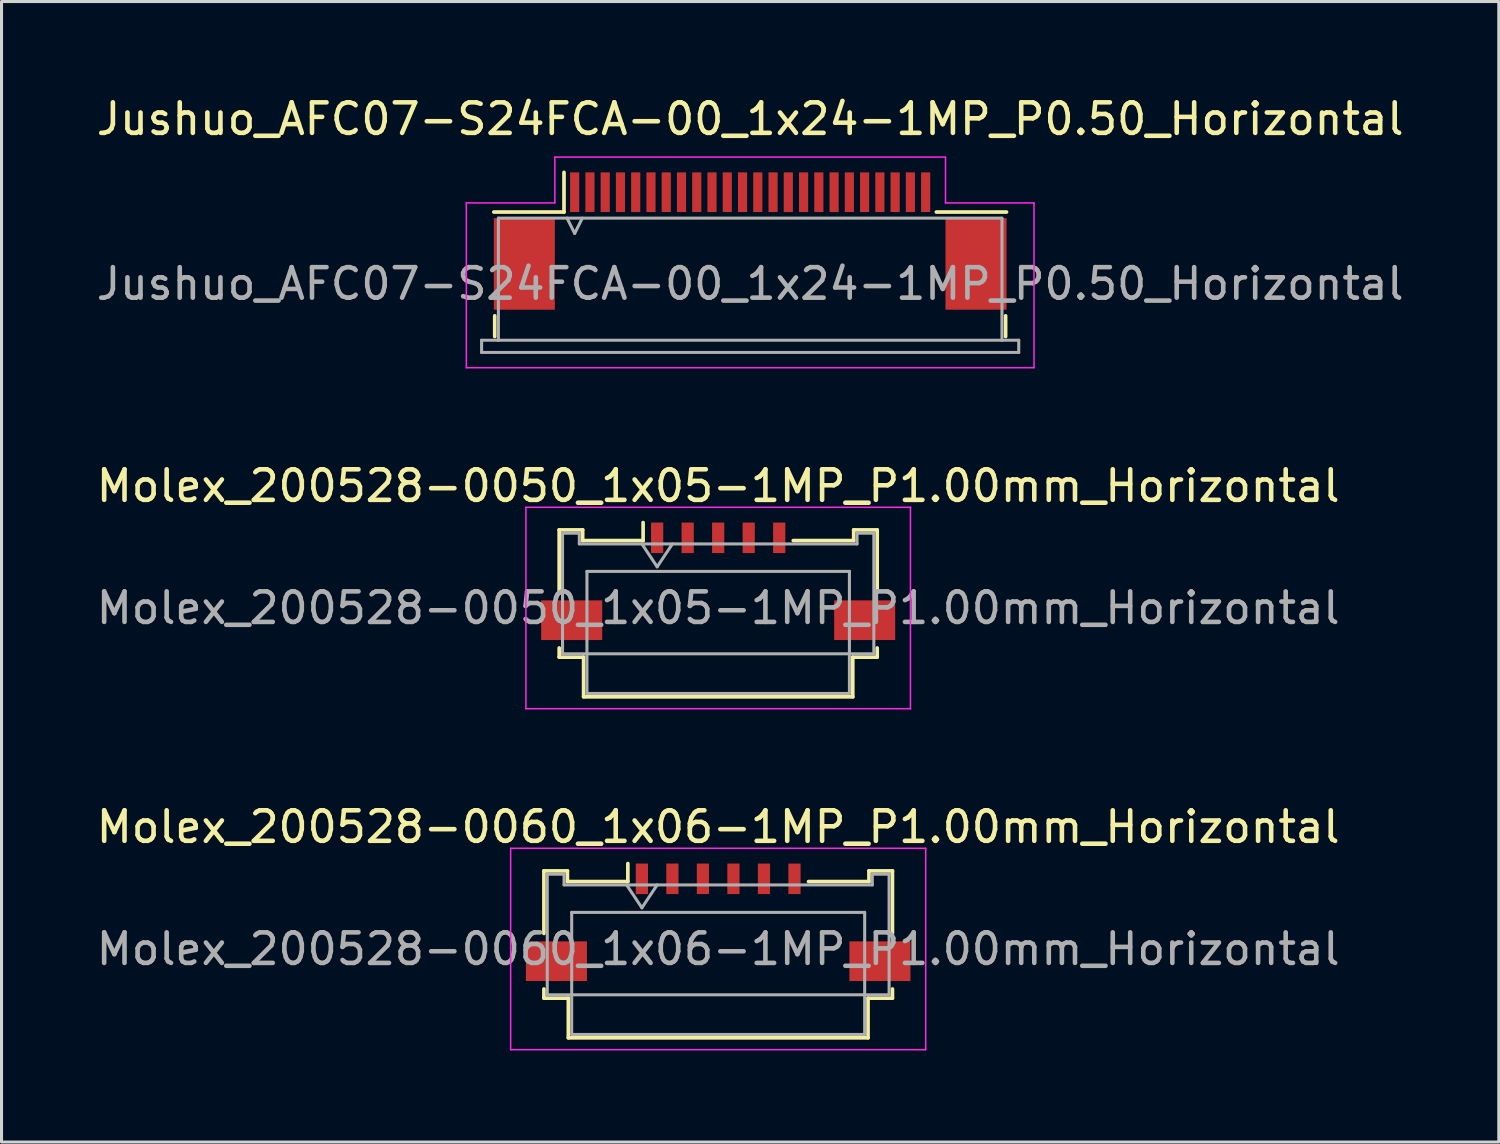
<source format=kicad_pcb>
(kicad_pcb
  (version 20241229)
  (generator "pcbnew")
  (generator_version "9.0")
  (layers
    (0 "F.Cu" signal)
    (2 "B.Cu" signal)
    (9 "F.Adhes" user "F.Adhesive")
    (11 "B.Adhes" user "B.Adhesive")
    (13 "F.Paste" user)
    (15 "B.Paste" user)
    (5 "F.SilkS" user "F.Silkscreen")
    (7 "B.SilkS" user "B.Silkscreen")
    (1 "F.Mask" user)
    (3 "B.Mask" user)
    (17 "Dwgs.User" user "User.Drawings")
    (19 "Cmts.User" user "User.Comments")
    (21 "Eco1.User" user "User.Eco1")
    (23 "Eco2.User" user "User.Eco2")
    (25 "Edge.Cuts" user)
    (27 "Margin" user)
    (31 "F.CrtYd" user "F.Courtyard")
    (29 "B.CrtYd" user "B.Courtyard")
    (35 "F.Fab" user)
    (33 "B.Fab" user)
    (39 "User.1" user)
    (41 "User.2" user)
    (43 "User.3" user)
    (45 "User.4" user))
  (footprint "Molex_200528-0060_1x06-1MP_P1.00mm_Horizontal"
    (layer "F.Cu")
    (at 20.482 26.655)
    (property "Reference" "Molex_200528-0060_1x06-1MP_P1.00mm_Horizontal" (at 0 -2.61 0) (layer "F.SilkS") (effects (font (size 1 1) (thickness 0.15))))
    (attr smd)
    (fp_line (start -5.71 -1.17) (end -5.71 0.88) (stroke (width 0.12) (type solid)) (layer "F.SilkS"))
    (fp_line (start -5.71 2.7) (end -5.71 3) (stroke (width 0.12) (type solid)) (layer "F.SilkS"))
    (fp_line (start -5.71 3) (end -4.91 3) (stroke (width 0.12) (type solid)) (layer "F.SilkS"))
    (fp_line (start -4.94 -1.17) (end -5.71 -1.17) (stroke (width 0.12) (type solid)) (layer "F.SilkS"))
    (fp_line (start -4.94 -0.82) (end -4.94 -1.17) (stroke (width 0.12) (type solid)) (layer "F.SilkS"))
    (fp_line (start -4.91 3) (end -4.91 4.3) (stroke (width 0.12) (type solid)) (layer "F.SilkS"))
    (fp_line (start -4.91 4.3) (end 4.91 4.3) (stroke (width 0.12) (type solid)) (layer "F.SilkS"))
    (fp_line (start -2.96 -1.41) (end -2.96 -0.82) (stroke (width 0.12) (type solid)) (layer "F.SilkS"))
    (fp_line (start -2.96 -0.82) (end -4.94 -0.82) (stroke (width 0.12) (type solid)) (layer "F.SilkS"))
    (fp_line (start 4.91 3) (end 5.71 3) (stroke (width 0.12) (type solid)) (layer "F.SilkS"))
    (fp_line (start 4.91 4.3) (end 4.91 3) (stroke (width 0.12) (type solid)) (layer "F.SilkS"))
    (fp_line (start 4.94 -1.17) (end 4.94 -0.82) (stroke (width 0.12) (type solid)) (layer "F.SilkS"))
    (fp_line (start 4.94 -0.82) (end 2.96 -0.82) (stroke (width 0.12) (type solid)) (layer "F.SilkS"))
    (fp_line (start 5.71 -1.17) (end 4.94 -1.17) (stroke (width 0.12) (type solid)) (layer "F.SilkS"))
    (fp_line (start 5.71 0.88) (end 5.71 -1.17) (stroke (width 0.12) (type solid)) (layer "F.SilkS"))
    (fp_line (start 5.71 3) (end 5.71 2.7) (stroke (width 0.12) (type solid)) (layer "F.SilkS"))
    (fp_line (start -6.8 -1.91) (end -6.8 4.69) (stroke (width 0.05) (type solid)) (layer "F.CrtYd"))
    (fp_line (start -6.8 4.69) (end 6.8 4.69) (stroke (width 0.05) (type solid)) (layer "F.CrtYd"))
    (fp_line (start 6.8 -1.91) (end -6.8 -1.91) (stroke (width 0.05) (type solid)) (layer "F.CrtYd"))
    (fp_line (start 6.8 4.69) (end 6.8 -1.91) (stroke (width 0.05) (type solid)) (layer "F.CrtYd"))
    (fp_line (start -5.6 -1.06) (end -5.6 2.89) (stroke (width 0.1) (type solid)) (layer "F.Fab"))
    (fp_line (start -5.6 2.89) (end 5.6 2.89) (stroke (width 0.1) (type solid)) (layer "F.Fab"))
    (fp_line (start -5.05 -1.06) (end -5.6 -1.06) (stroke (width 0.1) (type solid)) (layer "F.Fab"))
    (fp_line (start -5.05 -0.71) (end -5.05 -1.06) (stroke (width 0.1) (type solid)) (layer "F.Fab"))
    (fp_line (start -4.8 0.19) (end -4.8 4.19) (stroke (width 0.1) (type solid)) (layer "F.Fab"))
    (fp_line (start -4.8 4.19) (end 4.8 4.19) (stroke (width 0.1) (type solid)) (layer "F.Fab"))
    (fp_line (start -3 -0.71) (end -2.5 0.04) (stroke (width 0.1) (type solid)) (layer "F.Fab"))
    (fp_line (start -2.5 0.04) (end -2 -0.71) (stroke (width 0.1) (type solid)) (layer "F.Fab"))
    (fp_line (start 4.8 0.19) (end -4.8 0.19) (stroke (width 0.1) (type solid)) (layer "F.Fab"))
    (fp_line (start 4.8 4.19) (end 4.8 0.19) (stroke (width 0.1) (type solid)) (layer "F.Fab"))
    (fp_line (start 5.05 -1.06) (end 5.05 -0.71) (stroke (width 0.1) (type solid)) (layer "F.Fab"))
    (fp_line (start 5.05 -0.71) (end -5.05 -0.71) (stroke (width 0.1) (type solid)) (layer "F.Fab"))
    (fp_line (start 5.6 -1.06) (end 5.05 -1.06) (stroke (width 0.1) (type solid)) (layer "F.Fab"))
    (fp_line (start 5.6 2.89) (end 5.6 -1.06) (stroke (width 0.1) (type solid)) (layer "F.Fab"))
    (fp_text user "${REFERENCE}" (at 0 1.39 0) (layer "F.Fab") (effects (font (size 1 1) (thickness 0.15))))
    (pad "1" smd rect (at -2.5 -0.91) (size 0.4 1) (layers "F.Cu" "F.Mask" "F.Paste"))
    (pad "2" smd rect (at -1.5 -0.91) (size 0.4 1) (layers "F.Cu" "F.Mask" "F.Paste"))
    (pad "3" smd rect (at -0.5 -0.91) (size 0.4 1) (layers "F.Cu" "F.Mask" "F.Paste"))
    (pad "4" smd rect (at 0.5 -0.91) (size 0.4 1) (layers "F.Cu" "F.Mask" "F.Paste"))
    (pad "5" smd rect (at 1.5 -0.91) (size 0.4 1) (layers "F.Cu" "F.Mask" "F.Paste"))
    (pad "6" smd rect (at 2.5 -0.91) (size 0.4 1) (layers "F.Cu" "F.Mask" "F.Paste"))
    (pad "MP" smd rect (at -5.3 1.79) (size 2 1.3) (layers "F.Cu" "F.Mask" "F.Paste"))
    (pad "MP" smd rect (at 5.3 1.79) (size 2 1.3) (layers "F.Cu" "F.Mask" "F.Paste")))
  (footprint "Molex_200528-0050_1x05-1MP_P1.00mm_Horizontal"
    (layer "F.Cu")
    (at 20.482 15.482)
    (property "Reference" "Molex_200528-0050_1x05-1MP_P1.00mm_Horizontal" (at 0 -2.61 0) (layer "F.SilkS") (effects (font (size 1 1) (thickness 0.15))))
    (attr smd)
    (fp_line (start -5.21 -1.17) (end -5.21 0.88) (stroke (width 0.12) (type solid)) (layer "F.SilkS"))
    (fp_line (start -5.21 2.7) (end -5.21 3) (stroke (width 0.12) (type solid)) (layer "F.SilkS"))
    (fp_line (start -5.21 3) (end -4.41 3) (stroke (width 0.12) (type solid)) (layer "F.SilkS"))
    (fp_line (start -4.44 -1.17) (end -5.21 -1.17) (stroke (width 0.12) (type solid)) (layer "F.SilkS"))
    (fp_line (start -4.44 -0.82) (end -4.44 -1.17) (stroke (width 0.12) (type solid)) (layer "F.SilkS"))
    (fp_line (start -4.41 3) (end -4.41 4.3) (stroke (width 0.12) (type solid)) (layer "F.SilkS"))
    (fp_line (start -4.41 4.3) (end 4.41 4.3) (stroke (width 0.12) (type solid)) (layer "F.SilkS"))
    (fp_line (start -2.46 -1.41) (end -2.46 -0.82) (stroke (width 0.12) (type solid)) (layer "F.SilkS"))
    (fp_line (start -2.46 -0.82) (end -4.44 -0.82) (stroke (width 0.12) (type solid)) (layer "F.SilkS"))
    (fp_line (start 4.41 3) (end 5.21 3) (stroke (width 0.12) (type solid)) (layer "F.SilkS"))
    (fp_line (start 4.41 4.3) (end 4.41 3) (stroke (width 0.12) (type solid)) (layer "F.SilkS"))
    (fp_line (start 4.44 -1.17) (end 4.44 -0.82) (stroke (width 0.12) (type solid)) (layer "F.SilkS"))
    (fp_line (start 4.44 -0.82) (end 2.46 -0.82) (stroke (width 0.12) (type solid)) (layer "F.SilkS"))
    (fp_line (start 5.21 -1.17) (end 4.44 -1.17) (stroke (width 0.12) (type solid)) (layer "F.SilkS"))
    (fp_line (start 5.21 0.88) (end 5.21 -1.17) (stroke (width 0.12) (type solid)) (layer "F.SilkS"))
    (fp_line (start 5.21 3) (end 5.21 2.7) (stroke (width 0.12) (type solid)) (layer "F.SilkS"))
    (fp_line (start -6.3 -1.91) (end -6.3 4.69) (stroke (width 0.05) (type solid)) (layer "F.CrtYd"))
    (fp_line (start -6.3 4.69) (end 6.3 4.69) (stroke (width 0.05) (type solid)) (layer "F.CrtYd"))
    (fp_line (start 6.3 -1.91) (end -6.3 -1.91) (stroke (width 0.05) (type solid)) (layer "F.CrtYd"))
    (fp_line (start 6.3 4.69) (end 6.3 -1.91) (stroke (width 0.05) (type solid)) (layer "F.CrtYd"))
    (fp_line (start -5.1 -1.06) (end -5.1 2.89) (stroke (width 0.1) (type solid)) (layer "F.Fab"))
    (fp_line (start -5.1 2.89) (end 5.1 2.89) (stroke (width 0.1) (type solid)) (layer "F.Fab"))
    (fp_line (start -4.55 -1.06) (end -5.1 -1.06) (stroke (width 0.1) (type solid)) (layer "F.Fab"))
    (fp_line (start -4.55 -0.71) (end -4.55 -1.06) (stroke (width 0.1) (type solid)) (layer "F.Fab"))
    (fp_line (start -4.3 0.19) (end -4.3 4.19) (stroke (width 0.1) (type solid)) (layer "F.Fab"))
    (fp_line (start -4.3 4.19) (end 4.3 4.19) (stroke (width 0.1) (type solid)) (layer "F.Fab"))
    (fp_line (start -2.5 -0.71) (end -2 0.04) (stroke (width 0.1) (type solid)) (layer "F.Fab"))
    (fp_line (start -2 0.04) (end -1.5 -0.71) (stroke (width 0.1) (type solid)) (layer "F.Fab"))
    (fp_line (start 4.3 0.19) (end -4.3 0.19) (stroke (width 0.1) (type solid)) (layer "F.Fab"))
    (fp_line (start 4.3 4.19) (end 4.3 0.19) (stroke (width 0.1) (type solid)) (layer "F.Fab"))
    (fp_line (start 4.55 -1.06) (end 4.55 -0.71) (stroke (width 0.1) (type solid)) (layer "F.Fab"))
    (fp_line (start 4.55 -0.71) (end -4.55 -0.71) (stroke (width 0.1) (type solid)) (layer "F.Fab"))
    (fp_line (start 5.1 -1.06) (end 4.55 -1.06) (stroke (width 0.1) (type solid)) (layer "F.Fab"))
    (fp_line (start 5.1 2.89) (end 5.1 -1.06) (stroke (width 0.1) (type solid)) (layer "F.Fab"))
    (fp_text user "${REFERENCE}" (at 0 1.39 0) (layer "F.Fab") (effects (font (size 1 1) (thickness 0.15))))
    (pad "1" smd rect (at -2 -0.91) (size 0.4 1) (layers "F.Cu" "F.Mask" "F.Paste"))
    (pad "2" smd rect (at -1 -0.91) (size 0.4 1) (layers "F.Cu" "F.Mask" "F.Paste"))
    (pad "3" smd rect (at 0 -0.91) (size 0.4 1) (layers "F.Cu" "F.Mask" "F.Paste"))
    (pad "4" smd rect (at 1 -0.91) (size 0.4 1) (layers "F.Cu" "F.Mask" "F.Paste"))
    (pad "5" smd rect (at 2 -0.91) (size 0.4 1) (layers "F.Cu" "F.Mask" "F.Paste"))
    (pad "MP" smd rect (at -4.8 1.79) (size 2 1.3) (layers "F.Cu" "F.Mask" "F.Paste"))
    (pad "MP" smd rect (at 4.8 1.79) (size 2 1.3) (layers "F.Cu" "F.Mask" "F.Paste")))
  (footprint "Jushuo_AFC07-S24FCA-00_1x24-1MP_P0.50_Horizontal"
    (layer "F.Cu")
    (at 21.53 4.848)
    (property "Reference" "Jushuo_AFC07-S24FCA-00_1x24-1MP_P0.50_Horizontal" (at 0 -4 0) (layer "F.SilkS") (effects (font (size 1 1) (thickness 0.15))))
    (attr smd)
    (fp_line (start -8.37 2.45) (end -8.37 3.13) (stroke (width 0.12) (type solid)) (layer "F.SilkS"))
    (fp_line (start -6.1 -0.95) (end -8.4 -0.95) (stroke (width 0.12) (type solid)) (layer "F.SilkS"))
    (fp_line (start -6.1 -0.95) (end -6.1 -2.25) (stroke (width 0.12) (type solid)) (layer "F.SilkS"))
    (fp_line (start 6.1 -0.95) (end 8.4 -0.95) (stroke (width 0.12) (type solid)) (layer "F.SilkS"))
    (fp_line (start 8.37 2.45) (end 8.37 3.13) (stroke (width 0.12) (type solid)) (layer "F.SilkS"))
    (fp_line (start -9.3 -1.25) (end -9.3 4.15) (stroke (width 0.05) (type solid)) (layer "F.CrtYd"))
    (fp_line (start -9.3 4.15) (end 9.3 4.15) (stroke (width 0.05) (type solid)) (layer "F.CrtYd"))
    (fp_line (start -6.4 -2.75) (end -6.4 -1.25) (stroke (width 0.05) (type solid)) (layer "F.CrtYd"))
    (fp_line (start -6.4 -1.25) (end -9.3 -1.25) (stroke (width 0.05) (type solid)) (layer "F.CrtYd"))
    (fp_line (start 6.4 -2.75) (end -6.4 -2.75) (stroke (width 0.05) (type solid)) (layer "F.CrtYd"))
    (fp_line (start 6.4 -1.25) (end 6.4 -2.75) (stroke (width 0.05) (type solid)) (layer "F.CrtYd"))
    (fp_line (start 9.3 -1.25) (end 6.4 -1.25) (stroke (width 0.05) (type solid)) (layer "F.CrtYd"))
    (fp_line (start 9.3 4.15) (end 9.3 -1.25) (stroke (width 0.05) (type solid)) (layer "F.CrtYd"))
    (fp_line (start -8.8 3.25) (end -8.8 3.65) (stroke (width 0.1) (type solid)) (layer "F.Fab"))
    (fp_line (start -8.8 3.65) (end 8.8 3.65) (stroke (width 0.1) (type solid)) (layer "F.Fab"))
    (fp_line (start -8.25 -0.75) (end 8.25 -0.75) (stroke (width 0.1) (type solid)) (layer "F.Fab"))
    (fp_line (start -8.25 3.25) (end -8.8 3.25) (stroke (width 0.1) (type solid)) (layer "F.Fab"))
    (fp_line (start -8.25 3.25) (end -8.25 -0.75) (stroke (width 0.1) (type solid)) (layer "F.Fab"))
    (fp_line (start -6 -0.75) (end -5.75 -0.25) (stroke (width 0.1) (type solid)) (layer "F.Fab"))
    (fp_line (start -5.75 -0.25) (end -5.5 -0.75) (stroke (width 0.1) (type solid)) (layer "F.Fab"))
    (fp_line (start 8.25 3.25) (end -8.25 3.25) (stroke (width 0.1) (type solid)) (layer "F.Fab"))
    (fp_line (start 8.25 3.25) (end 8.25 -0.75) (stroke (width 0.1) (type solid)) (layer "F.Fab"))
    (fp_line (start 8.8 3.25) (end 8.25 3.25) (stroke (width 0.1) (type solid)) (layer "F.Fab"))
    (fp_line (start 8.8 3.65) (end 8.8 3.25) (stroke (width 0.1) (type solid)) (layer "F.Fab"))
    (fp_text user "${REFERENCE}" (at 0 1.4 0) (unlocked yes) (layer "F.Fab") (effects (font (size 1 1) (thickness 0.15))))
    (pad "1" smd rect (at -5.75 -1.6) (size 0.3 1.3) (layers "F.Cu" "F.Mask" "F.Paste"))
    (pad "2" smd rect (at -5.25 -1.6) (size 0.3 1.3) (layers "F.Cu" "F.Mask" "F.Paste"))
    (pad "3" smd rect (at -4.75 -1.6) (size 0.3 1.3) (layers "F.Cu" "F.Mask" "F.Paste"))
    (pad "4" smd rect (at -4.25 -1.6) (size 0.3 1.3) (layers "F.Cu" "F.Mask" "F.Paste"))
    (pad "5" smd rect (at -3.75 -1.6) (size 0.3 1.3) (layers "F.Cu" "F.Mask" "F.Paste"))
    (pad "6" smd rect (at -3.25 -1.6) (size 0.3 1.3) (layers "F.Cu" "F.Mask" "F.Paste"))
    (pad "7" smd rect (at -2.75 -1.6) (size 0.3 1.3) (layers "F.Cu" "F.Mask" "F.Paste"))
    (pad "8" smd rect (at -2.25 -1.6) (size 0.3 1.3) (layers "F.Cu" "F.Mask" "F.Paste"))
    (pad "9" smd rect (at -1.75 -1.6) (size 0.3 1.3) (layers "F.Cu" "F.Mask" "F.Paste"))
    (pad "10" smd rect (at -1.25 -1.6) (size 0.3 1.3) (layers "F.Cu" "F.Mask" "F.Paste"))
    (pad "11" smd rect (at -0.75 -1.6) (size 0.3 1.3) (layers "F.Cu" "F.Mask" "F.Paste"))
    (pad "12" smd rect (at -0.25 -1.6) (size 0.3 1.3) (layers "F.Cu" "F.Mask" "F.Paste"))
    (pad "13" smd rect (at 0.25 -1.6) (size 0.3 1.3) (layers "F.Cu" "F.Mask" "F.Paste"))
    (pad "14" smd rect (at 0.75 -1.6) (size 0.3 1.3) (layers "F.Cu" "F.Mask" "F.Paste"))
    (pad "15" smd rect (at 1.25 -1.6) (size 0.3 1.3) (layers "F.Cu" "F.Mask" "F.Paste"))
    (pad "16" smd rect (at 1.75 -1.6) (size 0.3 1.3) (layers "F.Cu" "F.Mask" "F.Paste"))
    (pad "17" smd rect (at 2.25 -1.6) (size 0.3 1.3) (layers "F.Cu" "F.Mask" "F.Paste"))
    (pad "18" smd rect (at 2.75 -1.6) (size 0.3 1.3) (layers "F.Cu" "F.Mask" "F.Paste"))
    (pad "19" smd rect (at 3.25 -1.6) (size 0.3 1.3) (layers "F.Cu" "F.Mask" "F.Paste"))
    (pad "20" smd rect (at 3.75 -1.6) (size 0.3 1.3) (layers "F.Cu" "F.Mask" "F.Paste"))
    (pad "21" smd rect (at 4.25 -1.6) (size 0.3 1.3) (layers "F.Cu" "F.Mask" "F.Paste"))
    (pad "22" smd rect (at 4.75 -1.6) (size 0.3 1.3) (layers "F.Cu" "F.Mask" "F.Paste"))
    (pad "23" smd rect (at 5.25 -1.6) (size 0.3 1.3) (layers "F.Cu" "F.Mask" "F.Paste"))
    (pad "24" smd rect (at 5.75 -1.6) (size 0.3 1.3) (layers "F.Cu" "F.Mask" "F.Paste"))
    (pad "MP" smd rect (at -7.4 0.75) (size 2 3) (layers "F.Cu" "F.Mask" "F.Paste"))
    (pad "MP" smd rect (at 7.4 0.75) (size 2 3) (layers "F.Cu" "F.Mask" "F.Paste")))
  (gr_rect
    (start -3 -3)
    (end 46.06 34.37)
    (stroke (width 0.1) (type default))
    (fill no)
    (layer "Edge.Cuts")))
</source>
